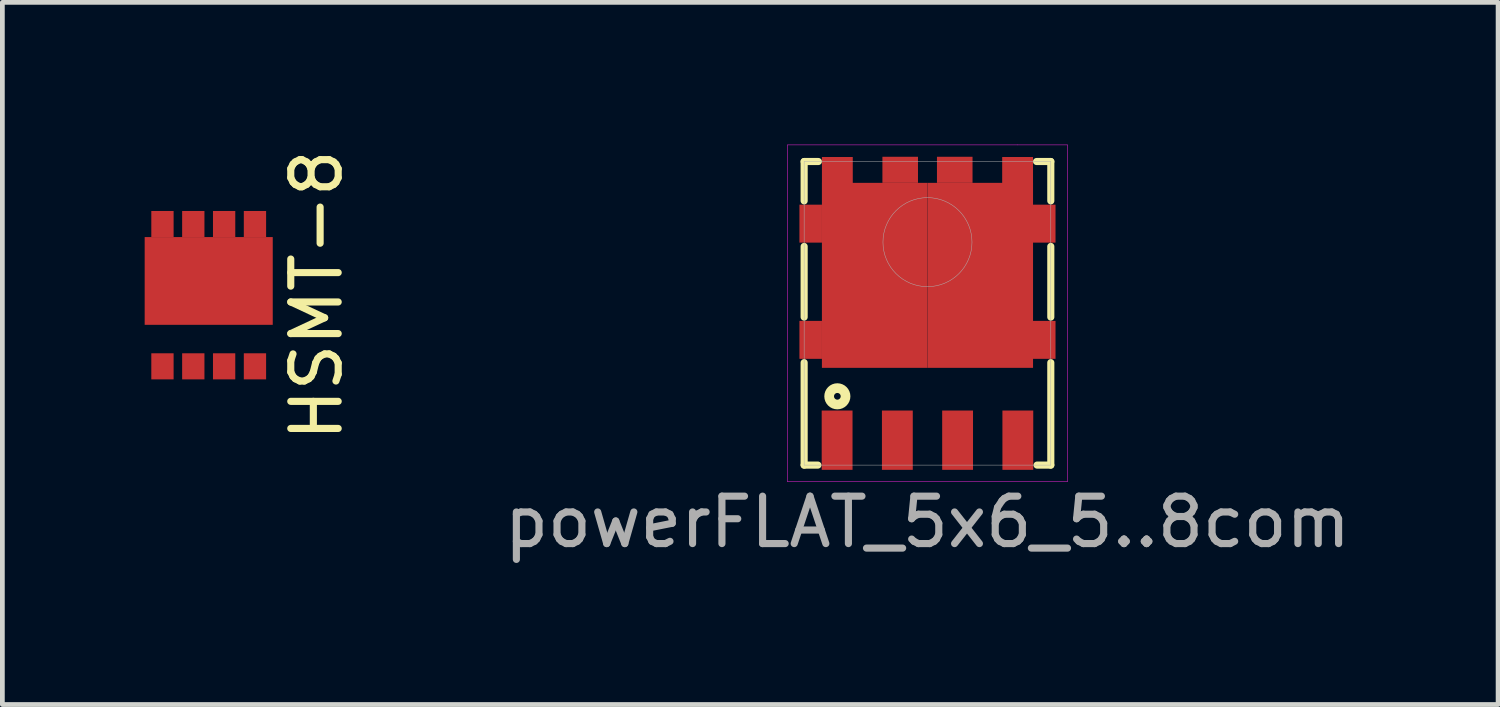
<source format=kicad_pcb>
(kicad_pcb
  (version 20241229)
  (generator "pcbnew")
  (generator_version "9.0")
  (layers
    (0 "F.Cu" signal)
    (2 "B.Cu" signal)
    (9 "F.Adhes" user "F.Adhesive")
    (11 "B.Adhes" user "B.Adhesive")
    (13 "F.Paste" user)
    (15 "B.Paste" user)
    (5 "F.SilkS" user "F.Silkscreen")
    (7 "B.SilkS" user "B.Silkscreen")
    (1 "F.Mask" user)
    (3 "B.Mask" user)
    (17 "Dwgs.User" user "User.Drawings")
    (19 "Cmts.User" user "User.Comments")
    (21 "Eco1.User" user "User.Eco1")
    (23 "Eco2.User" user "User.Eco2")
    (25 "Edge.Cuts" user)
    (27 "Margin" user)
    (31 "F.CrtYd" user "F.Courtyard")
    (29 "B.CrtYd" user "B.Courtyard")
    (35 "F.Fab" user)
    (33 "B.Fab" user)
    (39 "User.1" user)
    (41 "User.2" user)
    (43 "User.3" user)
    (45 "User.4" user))
  (footprint "HSMT-8"
    (layer "F.Cu")
    (at 1.35 3.173)
    (property "Reference" "HSMT-8" (at 2.275 0 90) (layer "F.SilkS") (effects (font (size 1 1) (thickness 0.15))))
    (attr through_hole)
    (pad "" smd rect (at 0 -0.3) (size 2.7 1.85) (layers "F.Cu" "F.Mask" "F.Paste"))
    (pad "1" smd rect (at -0.975 1.5) (size 0.47 0.55) (layers "F.Cu" "F.Mask" "F.Paste"))
    (pad "2" smd rect (at -0.325 1.5) (size 0.47 0.55) (layers "F.Cu" "F.Mask" "F.Paste"))
    (pad "3" smd rect (at 0.325 1.5) (size 0.47 0.55) (layers "F.Cu" "F.Mask" "F.Paste"))
    (pad "4" smd rect (at 0.975 1.5) (size 0.47 0.55) (layers "F.Cu" "F.Mask" "F.Paste"))
    (pad "5" smd rect (at 0.975 -1.5) (size 0.47 0.55) (layers "F.Cu" "F.Mask" "F.Paste"))
    (pad "6" smd rect (at 0.325 -1.5) (size 0.47 0.55) (layers "F.Cu" "F.Mask" "F.Paste"))
    (pad "7" smd rect (at -0.325 -1.5) (size 0.47 0.55) (layers "F.Cu" "F.Mask" "F.Paste"))
    (pad "8" smd rect (at -0.975 -1.5) (size 0.47 0.55) (layers "F.Cu" "F.Mask" "F.Paste")))
  (footprint "powerFLAT_5x6_5..8com"
    (layer "F.Cu")
    (at 16.503 3.555)
    (property "Reference" "powerFLAT_5x6_5..8com" (at 0 4.4 0) (layer "F.Fab") (effects (font (size 1 1) (thickness 0.15))))
    (attr through_hole)
    (fp_line (start -2.6 -3.2) (end -2.6 -2.37) (stroke (width 0.15) (type solid)) (layer "F.SilkS"))
    (fp_line (start -2.6 -1.41) (end -2.6 0.08) (stroke (width 0.15) (type solid)) (layer "F.SilkS"))
    (fp_line (start -2.6 1.04) (end -2.6 3.2) (stroke (width 0.15) (type solid)) (layer "F.SilkS"))
    (fp_line (start -2.6 3.2) (end -2.31 3.2) (stroke (width 0.15) (type solid)) (layer "F.SilkS"))
    (fp_line (start -2.3 -3.2) (end -2.6 -3.2) (stroke (width 0.15) (type solid)) (layer "F.SilkS"))
    (fp_line (start 2.6 -3.2) (end 2.3 -3.2) (stroke (width 0.15) (type solid)) (layer "F.SilkS"))
    (fp_line (start 2.6 -2.37) (end 2.6 -3.2) (stroke (width 0.15) (type solid)) (layer "F.SilkS"))
    (fp_line (start 2.6 0.08) (end 2.6 -1.41) (stroke (width 0.15) (type solid)) (layer "F.SilkS"))
    (fp_line (start 2.6 1.04) (end 2.6 3.2) (stroke (width 0.15) (type solid)) (layer "F.SilkS"))
    (fp_line (start 2.6 3.2) (end 2.31 3.2) (stroke (width 0.15) (type solid)) (layer "F.SilkS"))
    (fp_circle (center -1.9 1.75) (end -1.85 1.8) (stroke (width 0.15) (type solid)) (fill no) (layer "F.SilkS"))
    (fp_circle (center -1.9 1.75) (end -1.7 1.75) (stroke (width 0.15) (type solid)) (fill no) (layer "F.SilkS"))
    (fp_line (start -2.95 -3.55) (end 1.9 -3.55) (stroke (width 0.01) (type solid)) (layer "F.CrtYd"))
    (fp_line (start -2.95 3.55) (end -2.95 -3.55) (stroke (width 0.01) (type solid)) (layer "F.CrtYd"))
    (fp_line (start 1.9 -3.55) (end 2.95 -3.55) (stroke (width 0.01) (type solid)) (layer "F.CrtYd"))
    (fp_line (start 2.95 -3.55) (end 2.95 3.55) (stroke (width 0.01) (type solid)) (layer "F.CrtYd"))
    (fp_line (start 2.95 3.55) (end -2.95 3.55) (stroke (width 0.01) (type solid)) (layer "F.CrtYd"))
    (fp_line (start -2.6 -3.2) (end 2.6 -3.2) (stroke (width 0.01) (type solid)) (layer "F.Fab"))
    (fp_line (start -2.6 3.2) (end -2.6 -3.2) (stroke (width 0.01) (type solid)) (layer "F.Fab"))
    (fp_line (start 2.6 -3.2) (end 2.6 3.2) (stroke (width 0.01) (type solid)) (layer "F.Fab"))
    (fp_line (start 2.6 3.2) (end -2.6 3.2) (stroke (width 0.01) (type solid)) (layer "F.Fab"))
    (fp_circle (center 0 -1.5) (end 0.7 -2.125) (stroke (width 0.01) (type solid)) (fill no) (layer "F.Fab"))
    (pad "" smd rect (at -2.462 -1.89) (size 0.475 0.8) (layers "F.Cu" "F.Mask" "F.Paste"))
    (pad "" smd rect (at -2.462 0.56) (size 0.475 0.8) (layers "F.Cu" "F.Mask" "F.Paste"))
    (pad "" smd rect (at -1.113 -0.8) (size 2.225 3.9) (layers "F.Cu" "F.Mask" "F.Paste"))
    (pad "" smd rect (at 1.113 -0.8) (size 2.225 3.9) (layers "F.Cu" "F.Mask" "F.Paste"))
    (pad "" smd rect (at 2.462 -1.89) (size 0.475 0.8) (layers "F.Cu" "F.Mask" "F.Paste"))
    (pad "" smd rect (at 2.462 0.56) (size 0.475 0.8) (layers "F.Cu" "F.Mask" "F.Paste"))
    (pad "1" smd rect (at -1.905 2.675) (size 0.65 1.25) (layers "F.Cu" "F.Mask" "F.Paste"))
    (pad "2" smd rect (at -0.635 2.675) (size 0.65 1.25) (layers "F.Cu" "F.Mask" "F.Paste"))
    (pad "3" smd rect (at 0.635 2.675) (size 0.65 1.25) (layers "F.Cu" "F.Mask" "F.Paste"))
    (pad "4" smd rect (at 1.905 2.675) (size 0.65 1.25) (layers "F.Cu" "F.Mask" "F.Paste"))
    (pad "5" smd rect (at 1.9 -3.02) (size 0.65 0.55) (layers "F.Cu" "F.Mask" "F.Paste"))
    (pad "6" smd rect (at 0.575 -3.025) (size 0.75 0.55) (layers "F.Cu" "F.Mask" "F.Paste"))
    (pad "7" smd rect (at -0.575 -3.025) (size 0.75 0.55) (layers "F.Cu" "F.Mask" "F.Paste"))
    (pad "8" smd rect (at -1.9 -3.02) (size 0.65 0.55) (layers "F.Cu" "F.Mask" "F.Paste")))
  (gr_rect
    (start -3 -3)
    (end 28.533 11.803)
    (stroke (width 0.1) (type default))
    (fill no)
    (layer "Edge.Cuts")))
</source>
